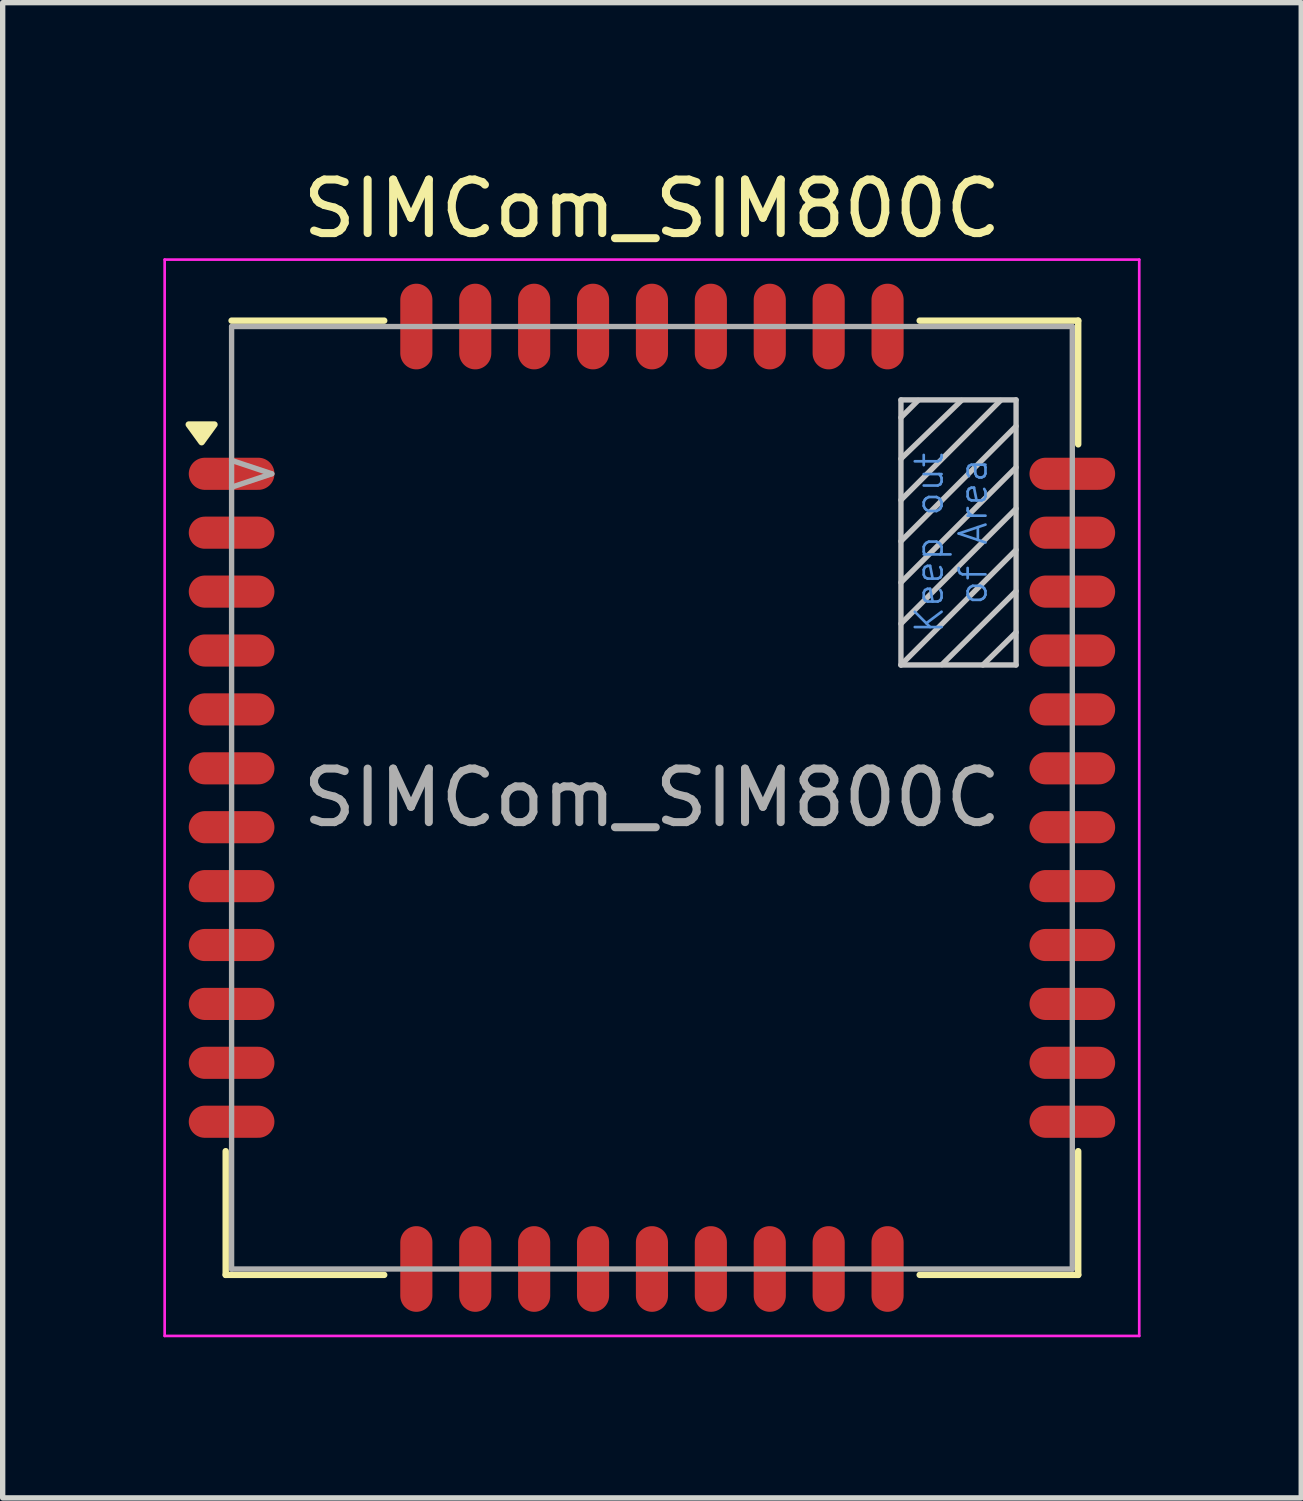
<source format=kicad_pcb>
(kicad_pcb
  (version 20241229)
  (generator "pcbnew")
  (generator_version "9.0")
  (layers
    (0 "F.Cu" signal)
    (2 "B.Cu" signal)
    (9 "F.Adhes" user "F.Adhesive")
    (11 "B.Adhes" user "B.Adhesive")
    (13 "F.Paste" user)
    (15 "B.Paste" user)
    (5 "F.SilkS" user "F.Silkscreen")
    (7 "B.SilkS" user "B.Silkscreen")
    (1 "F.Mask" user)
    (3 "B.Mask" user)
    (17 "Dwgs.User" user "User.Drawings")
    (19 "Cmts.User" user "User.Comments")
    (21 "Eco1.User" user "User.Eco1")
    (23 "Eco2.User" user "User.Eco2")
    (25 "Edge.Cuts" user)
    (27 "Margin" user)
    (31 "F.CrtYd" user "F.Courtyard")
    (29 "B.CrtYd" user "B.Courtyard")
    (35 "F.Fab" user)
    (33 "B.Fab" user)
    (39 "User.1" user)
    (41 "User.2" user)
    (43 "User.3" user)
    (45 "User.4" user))
  (footprint "SIMCom_SIM800C"
    (layer "F.Cu")
    (at 9.125 11.848)
    (property "Reference" "SIMCom_SIM800C" (at 0 -11 0) (layer "F.SilkS") (effects (font (size 1 1) (thickness 0.15))))
    (attr smd)
    (fp_line (start -7.96 8.91) (end -7.96 6.6) (stroke (width 0.12) (type solid)) (layer "F.SilkS"))
    (fp_line (start -7.96 8.91) (end -5 8.91) (stroke (width 0.12) (type solid)) (layer "F.SilkS"))
    (fp_line (start -7.85 -8.91) (end -5 -8.91) (stroke (width 0.12) (type solid)) (layer "F.SilkS"))
    (fp_line (start 7.96 -8.91) (end 5 -8.91) (stroke (width 0.12) (type solid)) (layer "F.SilkS"))
    (fp_line (start 7.96 -8.91) (end 7.96 -6.6) (stroke (width 0.12) (type solid)) (layer "F.SilkS"))
    (fp_line (start 7.96 8.91) (end 5 8.91) (stroke (width 0.12) (type solid)) (layer "F.SilkS"))
    (fp_line (start 7.96 8.91) (end 7.96 6.6) (stroke (width 0.12) (type solid)) (layer "F.SilkS"))
    (fp_poly (pts (xy -8.41 -6.64) (xy -8.65 -6.97) (xy -8.17 -6.97) (xy -8.41 -6.64)) (stroke (width 0.12) (type solid)) (fill yes) (layer "F.SilkS"))
    (fp_line (start 4.65 -7.43) (end 4.65 -2.48) (stroke (width 0.1) (type solid)) (layer "Dwgs.User"))
    (fp_line (start 4.65 -7.43) (end 6.8 -7.43) (stroke (width 0.1) (type solid)) (layer "Dwgs.User"))
    (fp_line (start 4.65 -7.1) (end 4.97 -7.42) (stroke (width 0.1) (type solid)) (layer "Dwgs.User"))
    (fp_line (start 4.65 -6.33) (end 5.78 -7.42) (stroke (width 0.1) (type solid)) (layer "Dwgs.User"))
    (fp_line (start 4.65 -5.56) (end 6.51 -7.42) (stroke (width 0.1) (type solid)) (layer "Dwgs.User"))
    (fp_line (start 4.65 -4.79) (end 6.8 -6.94) (stroke (width 0.1) (type solid)) (layer "Dwgs.User"))
    (fp_line (start 4.65 -4.02) (end 6.8 -6.17) (stroke (width 0.1) (type solid)) (layer "Dwgs.User"))
    (fp_line (start 4.65 -3.25) (end 6.8 -5.4) (stroke (width 0.1) (type solid)) (layer "Dwgs.User"))
    (fp_line (start 4.65 -2.48) (end 6.8 -4.63) (stroke (width 0.1) (type solid)) (layer "Dwgs.User"))
    (fp_line (start 4.65 -2.48) (end 6.8 -2.48) (stroke (width 0.1) (type solid)) (layer "Dwgs.User"))
    (fp_line (start 5.415 -2.486) (end 6.8 -3.86) (stroke (width 0.1) (type solid)) (layer "Dwgs.User"))
    (fp_line (start 6.18 -2.48) (end 6.8 -3.09) (stroke (width 0.1) (type solid)) (layer "Dwgs.User"))
    (fp_line (start 6.8 -7.43) (end 6.8 -2.48) (stroke (width 0.1) (type solid)) (layer "Dwgs.User"))
    (fp_line (start -9.1 -10.05) (end -9.1 10.05) (stroke (width 0.05) (type solid)) (layer "F.CrtYd"))
    (fp_line (start -9.1 -10.05) (end 9.1 -10.05) (stroke (width 0.05) (type solid)) (layer "F.CrtYd"))
    (fp_line (start -9.1 10.05) (end 9.1 10.05) (stroke (width 0.05) (type solid)) (layer "F.CrtYd"))
    (fp_line (start 9.1 -10.05) (end 9.1 10.05) (stroke (width 0.05) (type solid)) (layer "F.CrtYd"))
    (fp_line (start -7.85 -8.8) (end -7.85 8.8) (stroke (width 0.1) (type solid)) (layer "F.Fab"))
    (fp_line (start -7.85 -8.8) (end 7.85 -8.8) (stroke (width 0.1) (type solid)) (layer "F.Fab"))
    (fp_line (start -7.85 -6.3) (end -7.1 -6.05) (stroke (width 0.1) (type solid)) (layer "F.Fab"))
    (fp_line (start -7.85 -5.8) (end -7.1 -6.05) (stroke (width 0.1) (type solid)) (layer "F.Fab"))
    (fp_line (start -7.85 8.8) (end 7.85 8.8) (stroke (width 0.1) (type solid)) (layer "F.Fab"))
    (fp_line (start 7.85 -8.8) (end 7.85 8.8) (stroke (width 0.1) (type solid)) (layer "F.Fab"))
    (fp_text user "of Area" (at 6 -4.97 90) (layer "Cmts.User") (effects (font (size 0.5 0.5) (thickness 0.05))))
    (fp_text user "Keep out " (at 5.18 -4.95 90) (layer "Cmts.User") (effects (font (size 0.5 0.5) (thickness 0.05))))
    (fp_text user "${REFERENCE}" (at 0 0 0) (layer "F.Fab") (effects (font (size 1 1) (thickness 0.15))))
    (pad "" smd oval (at -7.95 -6.05) (size 1.8 0.55) (layers "F.Paste"))
    (pad "" smd oval (at -7.95 -4.95) (size 1.8 0.55) (layers "F.Paste"))
    (pad "" smd oval (at -7.95 -3.85) (size 1.8 0.55) (layers "F.Paste"))
    (pad "" smd oval (at -7.95 -2.75) (size 1.8 0.55) (layers "F.Paste"))
    (pad "" smd oval (at -7.95 -1.65) (size 1.8 0.55) (layers "F.Paste"))
    (pad "" smd oval (at -7.95 -0.55) (size 1.8 0.55) (layers "F.Paste"))
    (pad "" smd oval (at -7.95 0.55) (size 1.8 0.55) (layers "F.Paste"))
    (pad "" smd oval (at -7.95 1.65) (size 1.8 0.55) (layers "F.Paste"))
    (pad "" smd oval (at -7.95 2.75) (size 1.8 0.55) (layers "F.Paste"))
    (pad "" smd oval (at -7.95 3.85) (size 1.8 0.55) (layers "F.Paste"))
    (pad "" smd oval (at -7.95 4.95) (size 1.8 0.55) (layers "F.Paste"))
    (pad "" smd oval (at -7.95 6.05) (size 1.8 0.55) (layers "F.Paste"))
    (pad "" smd oval (at -4.4 -8.9 90) (size 1.8 0.55) (layers "F.Paste"))
    (pad "" smd oval (at -4.4 8.9 90) (size 1.8 0.55) (layers "F.Paste"))
    (pad "" smd oval (at -3.3 -8.9 90) (size 1.8 0.55) (layers "F.Paste"))
    (pad "" smd oval (at -3.3 8.9 90) (size 1.8 0.55) (layers "F.Paste"))
    (pad "" smd oval (at -2.2 -8.9 90) (size 1.8 0.55) (layers "F.Paste"))
    (pad "" smd oval (at -2.2 8.9 90) (size 1.8 0.55) (layers "F.Paste"))
    (pad "" smd oval (at -1.1 -8.9 90) (size 1.8 0.55) (layers "F.Paste"))
    (pad "" smd oval (at -1.1 8.9 90) (size 1.8 0.55) (layers "F.Paste"))
    (pad "" smd oval (at 0 -8.9 90) (size 1.8 0.55) (layers "F.Paste"))
    (pad "" smd oval (at 0 8.9 90) (size 1.8 0.55) (layers "F.Paste"))
    (pad "" smd oval (at 1.1 -8.9 90) (size 1.8 0.55) (layers "F.Paste"))
    (pad "" smd oval (at 1.1 8.9 90) (size 1.8 0.55) (layers "F.Paste"))
    (pad "" smd oval (at 2.2 -8.9 90) (size 1.8 0.55) (layers "F.Paste"))
    (pad "" smd oval (at 2.2 8.9 90) (size 1.8 0.55) (layers "F.Paste"))
    (pad "" smd oval (at 3.3 -8.9 90) (size 1.8 0.55) (layers "F.Paste"))
    (pad "" smd oval (at 3.3 8.9 90) (size 1.8 0.55) (layers "F.Paste"))
    (pad "" smd oval (at 4.4 -8.9 90) (size 1.8 0.55) (layers "F.Paste"))
    (pad "" smd oval (at 4.4 8.9 90) (size 1.8 0.55) (layers "F.Paste"))
    (pad "" smd oval (at 7.95 -6.05) (size 1.8 0.55) (layers "F.Paste"))
    (pad "" smd oval (at 7.95 -4.95) (size 1.8 0.55) (layers "F.Paste"))
    (pad "" smd oval (at 7.95 -3.85) (size 1.8 0.55) (layers "F.Paste"))
    (pad "" smd oval (at 7.95 -2.75) (size 1.8 0.55) (layers "F.Paste"))
    (pad "" smd oval (at 7.95 -1.65) (size 1.8 0.55) (layers "F.Paste"))
    (pad "" smd oval (at 7.95 -0.55) (size 1.8 0.55) (layers "F.Paste"))
    (pad "" smd oval (at 7.95 0.55) (size 1.8 0.55) (layers "F.Paste"))
    (pad "" smd oval (at 7.95 1.65) (size 1.8 0.55) (layers "F.Paste"))
    (pad "" smd oval (at 7.95 2.75) (size 1.8 0.55) (layers "F.Paste"))
    (pad "" smd oval (at 7.95 3.85) (size 1.8 0.55) (layers "F.Paste"))
    (pad "" smd oval (at 7.95 4.95) (size 1.8 0.55) (layers "F.Paste"))
    (pad "" smd oval (at 7.95 6.05) (size 1.8 0.55) (layers "F.Paste"))
    (pad "1" smd oval (at -7.85 -6.05) (size 1.6 0.6) (layers "F.Cu" "F.Mask"))
    (pad "2" smd oval (at -7.85 -4.95) (size 1.6 0.6) (layers "F.Cu" "F.Mask"))
    (pad "3" smd oval (at -7.85 -3.85) (size 1.6 0.6) (layers "F.Cu" "F.Mask"))
    (pad "4" smd oval (at -7.85 -2.75) (size 1.6 0.6) (layers "F.Cu" "F.Mask"))
    (pad "5" smd oval (at -7.85 -1.65) (size 1.6 0.6) (layers "F.Cu" "F.Mask"))
    (pad "6" smd oval (at -7.85 -0.55) (size 1.6 0.6) (layers "F.Cu" "F.Mask"))
    (pad "7" smd oval (at -7.85 0.55) (size 1.6 0.6) (layers "F.Cu" "F.Mask"))
    (pad "8" smd oval (at -7.85 1.65) (size 1.6 0.6) (layers "F.Cu" "F.Mask"))
    (pad "9" smd oval (at -7.85 2.75) (size 1.6 0.6) (layers "F.Cu" "F.Mask"))
    (pad "10" smd oval (at -7.85 3.85) (size 1.6 0.6) (layers "F.Cu" "F.Mask"))
    (pad "11" smd oval (at -7.85 4.95) (size 1.6 0.6) (layers "F.Cu" "F.Mask"))
    (pad "12" smd oval (at -7.85 6.05) (size 1.6 0.6) (layers "F.Cu" "F.Mask"))
    (pad "13" smd oval (at -4.4 8.8) (size 0.6 1.6) (layers "F.Cu" "F.Mask"))
    (pad "14" smd oval (at -3.3 8.8) (size 0.6 1.6) (layers "F.Cu" "F.Mask"))
    (pad "15" smd oval (at -2.2 8.8) (size 0.6 1.6) (layers "F.Cu" "F.Mask"))
    (pad "16" smd oval (at -1.1 8.8) (size 0.6 1.6) (layers "F.Cu" "F.Mask"))
    (pad "17" smd oval (at 0 8.8) (size 0.6 1.6) (layers "F.Cu" "F.Mask"))
    (pad "18" smd oval (at 1.1 8.8) (size 0.6 1.6) (layers "F.Cu" "F.Mask"))
    (pad "19" smd oval (at 2.2 8.8) (size 0.6 1.6) (layers "F.Cu" "F.Mask"))
    (pad "20" smd oval (at 3.3 8.8) (size 0.6 1.6) (layers "F.Cu" "F.Mask"))
    (pad "21" smd oval (at 4.4 8.8) (size 0.6 1.6) (layers "F.Cu" "F.Mask"))
    (pad "22" smd oval (at 7.85 6.05) (size 1.6 0.6) (layers "F.Cu" "F.Mask"))
    (pad "23" smd oval (at 7.85 4.95) (size 1.6 0.6) (layers "F.Cu" "F.Mask"))
    (pad "24" smd oval (at 7.85 3.85) (size 1.6 0.6) (layers "F.Cu" "F.Mask"))
    (pad "25" smd oval (at 7.85 2.75) (size 1.6 0.6) (layers "F.Cu" "F.Mask"))
    (pad "26" smd oval (at 7.85 1.65) (size 1.6 0.6) (layers "F.Cu" "F.Mask"))
    (pad "27" smd oval (at 7.85 0.55) (size 1.6 0.6) (layers "F.Cu" "F.Mask"))
    (pad "28" smd oval (at 7.85 -0.55) (size 1.6 0.6) (layers "F.Cu" "F.Mask"))
    (pad "29" smd oval (at 7.85 -1.65) (size 1.6 0.6) (layers "F.Cu" "F.Mask"))
    (pad "30" smd oval (at 7.85 -2.75) (size 1.6 0.6) (layers "F.Cu" "F.Mask"))
    (pad "31" smd oval (at 7.85 -3.85) (size 1.6 0.6) (layers "F.Cu" "F.Mask"))
    (pad "32" smd oval (at 7.85 -4.95) (size 1.6 0.6) (layers "F.Cu" "F.Mask"))
    (pad "33" smd oval (at 7.85 -6.05) (size 1.6 0.6) (layers "F.Cu" "F.Mask"))
    (pad "34" smd oval (at 4.4 -8.8) (size 0.6 1.6) (layers "F.Cu" "F.Mask"))
    (pad "35" smd oval (at 3.3 -8.8) (size 0.6 1.6) (layers "F.Cu" "F.Mask"))
    (pad "36" smd oval (at 2.2 -8.8) (size 0.6 1.6) (layers "F.Cu" "F.Mask"))
    (pad "37" smd oval (at 1.1 -8.8) (size 0.6 1.6) (layers "F.Cu" "F.Mask"))
    (pad "38" smd oval (at 0 -8.8) (size 0.6 1.6) (layers "F.Cu" "F.Mask"))
    (pad "39" smd oval (at -1.1 -8.8) (size 0.6 1.6) (layers "F.Cu" "F.Mask"))
    (pad "40" smd oval (at -2.2 -8.8) (size 0.6 1.6) (layers "F.Cu" "F.Mask"))
    (pad "41" smd oval (at -3.3 -8.8) (size 0.6 1.6) (layers "F.Cu" "F.Mask"))
    (pad "42" smd oval (at -4.4 -8.8) (size 0.6 1.6) (layers "F.Cu" "F.Mask")))
  (gr_rect
    (start -3 -3)
    (end 21.25 24.923)
    (stroke (width 0.1) (type default))
    (fill no)
    (layer "Edge.Cuts")))
</source>
